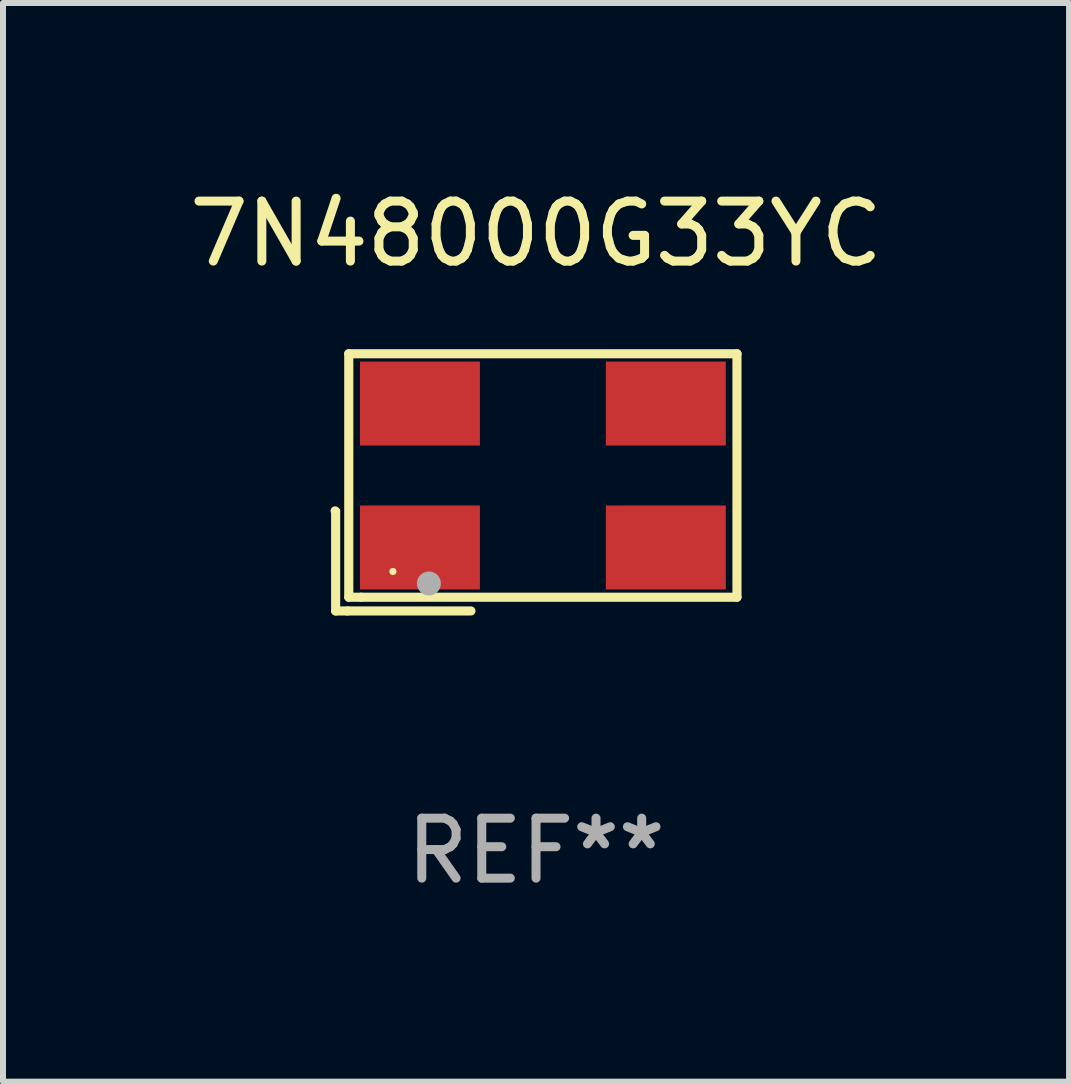
<source format=kicad_pcb>
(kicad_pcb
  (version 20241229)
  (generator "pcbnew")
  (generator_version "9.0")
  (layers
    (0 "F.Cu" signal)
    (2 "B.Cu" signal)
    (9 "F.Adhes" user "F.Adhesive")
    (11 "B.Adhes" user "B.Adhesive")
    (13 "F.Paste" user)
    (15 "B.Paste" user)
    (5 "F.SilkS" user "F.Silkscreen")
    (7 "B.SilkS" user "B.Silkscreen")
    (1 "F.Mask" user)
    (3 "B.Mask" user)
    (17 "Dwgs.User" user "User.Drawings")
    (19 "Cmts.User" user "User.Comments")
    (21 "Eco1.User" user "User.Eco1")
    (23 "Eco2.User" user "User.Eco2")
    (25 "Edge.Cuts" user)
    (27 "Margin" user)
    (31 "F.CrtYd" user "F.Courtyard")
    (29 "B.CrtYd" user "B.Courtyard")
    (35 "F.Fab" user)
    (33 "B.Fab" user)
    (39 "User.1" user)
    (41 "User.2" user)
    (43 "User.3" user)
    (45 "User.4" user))
  (footprint "7N48000G33YC"
    (layer "F.Cu")
    (at 5.887 4.992)
    (property "Reference" "7N48000G33YC" (at 0 -4.144 0) (layer "F.SilkS") (effects (font (size 1 1) (thickness 0.15))))
    (attr through_hole)
    (fp_line (start -3.35 0.476) (end -3.341 0.485) (stroke (width 0.152) (type solid)) (layer "F.SilkS"))
    (fp_line (start -3.341 0.485) (end -3.341 2.144) (stroke (width 0.152) (type solid)) (layer "F.SilkS"))
    (fp_line (start -3.341 2.144) (end -3.143 2.144) (stroke (width 0.152) (type solid)) (layer "F.SilkS"))
    (fp_line (start -3.143 2.144) (end -1.085 2.144) (stroke (width 0.152) (type solid)) (layer "F.SilkS"))
    (fp_line (start -3.122 -2.144) (end 3.35 -2.144) (stroke (width 0.152) (type solid)) (layer "F.SilkS"))
    (fp_line (start -3.122 1.915) (end -3.122 -2.144) (stroke (width 0.152) (type solid)) (layer "F.SilkS"))
    (fp_line (start -2.914 1.915) (end -3.122 1.915) (stroke (width 0.152) (type solid)) (layer "F.SilkS"))
    (fp_line (start 3.35 -2.144) (end 3.35 1.915) (stroke (width 0.152) (type solid)) (layer "F.SilkS"))
    (fp_line (start 3.35 1.915) (end -2.914 1.915) (stroke (width 0.152) (type solid)) (layer "F.SilkS"))
    (fp_circle (center -2.386 1.486) (end -2.356 1.486) (stroke (width 0.06) (type solid)) (fill no) (layer "F.SilkS"))
    (fp_circle (center -1.786 1.686) (end -1.686 1.686) (stroke (width 0.2) (type solid)) (fill no) (layer "F.Fab"))
    (fp_text user "REF**" (at 0 6.144 0) (layer "F.Fab") (effects (font (size 1 1) (thickness 0.15))))
    (pad "1" smd rect (at -1.936 1.086) (size 2 1.4) (layers "F.Cu" "F.Mask" "F.Paste"))
    (pad "2" smd rect (at 2.164 1.086) (size 2 1.4) (layers "F.Cu" "F.Mask" "F.Paste"))
    (pad "3" smd rect (at 2.164 -1.314) (size 2 1.4) (layers "F.Cu" "F.Mask" "F.Paste"))
    (pad "4" smd rect (at -1.936 -1.314) (size 2 1.4) (layers "F.Cu" "F.Mask" "F.Paste")))
  (gr_rect
    (start -3 -3)
    (end 14.774 14.984)
    (stroke (width 0.1) (type default))
    (fill no)
    (layer "Edge.Cuts")))
</source>
